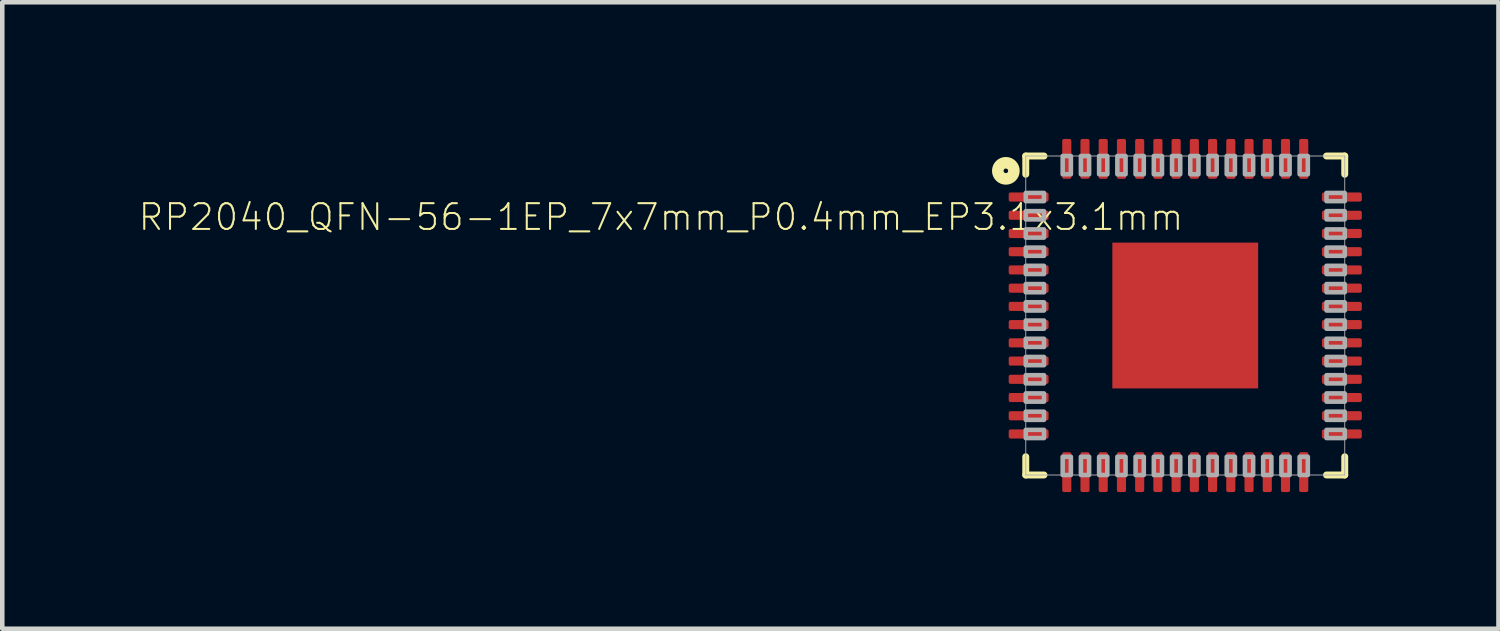
<source format=kicad_pcb>
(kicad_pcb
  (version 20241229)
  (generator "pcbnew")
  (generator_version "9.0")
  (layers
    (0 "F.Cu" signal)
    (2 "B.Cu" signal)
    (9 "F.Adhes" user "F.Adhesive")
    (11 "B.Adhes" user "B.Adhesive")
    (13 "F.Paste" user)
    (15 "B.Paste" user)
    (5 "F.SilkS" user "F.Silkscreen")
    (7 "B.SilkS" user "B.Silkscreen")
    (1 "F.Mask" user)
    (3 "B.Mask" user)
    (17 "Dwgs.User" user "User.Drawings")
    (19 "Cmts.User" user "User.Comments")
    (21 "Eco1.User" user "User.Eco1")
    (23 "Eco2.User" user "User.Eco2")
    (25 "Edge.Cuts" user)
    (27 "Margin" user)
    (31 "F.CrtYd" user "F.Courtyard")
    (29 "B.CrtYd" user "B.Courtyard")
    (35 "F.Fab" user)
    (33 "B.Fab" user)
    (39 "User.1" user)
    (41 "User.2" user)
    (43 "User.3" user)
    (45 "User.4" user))
  (footprint "RP2040_QFN-56-1EP_7x7mm_P0.4mm_EP3.1x3.1mm"
    (layer "F.Cu")
    (at 22.961 3.874)
    (property "Reference" "RP2040_QFN-56-1EP_7x7mm_P0.4mm_EP3.1x3.1mm" (at 0 -2.159 180) (layer "F.SilkS") (effects (font (size 0.565 0.565) (thickness 0.045)) (justify right)))
    (fp_line (start -3.5 -3.5) (end -3.5 -3.1) (stroke (width 0.152) (type solid)) (layer "F.SilkS"))
    (fp_line (start -3.5 3.5) (end -3.5 3.1) (stroke (width 0.152) (type solid)) (layer "F.SilkS"))
    (fp_line (start -3.1 -3.5) (end -3.5 -3.5) (stroke (width 0.152) (type solid)) (layer "F.SilkS"))
    (fp_line (start -3.1 3.5) (end -3.5 3.5) (stroke (width 0.152) (type solid)) (layer "F.SilkS"))
    (fp_line (start 3.1 3.5) (end 3.5 3.5) (stroke (width 0.152) (type solid)) (layer "F.SilkS"))
    (fp_line (start 3.5 -3.5) (end 3.1 -3.5) (stroke (width 0.152) (type solid)) (layer "F.SilkS"))
    (fp_line (start 3.5 -3.1) (end 3.5 -3.5) (stroke (width 0.152) (type solid)) (layer "F.SilkS"))
    (fp_line (start 3.5 3.1) (end 3.5 3.5) (stroke (width 0.152) (type solid)) (layer "F.SilkS"))
    (fp_circle (center -3.937 -3.175) (end -3.887 -3.175) (stroke (width 0.254) (type solid)) (fill no) (layer "F.SilkS"))
    (fp_poly (pts (xy -3.75 -2.5) (xy -3.1 -2.5) (xy -3.1 -2.7) (xy -3.75 -2.7)) (stroke (width 0) (type solid)) (fill yes) (layer "F.Paste"))
    (fp_poly (pts (xy -3.75 -2.1) (xy -3.1 -2.1) (xy -3.1 -2.3) (xy -3.75 -2.3)) (stroke (width 0) (type solid)) (fill yes) (layer "F.Paste"))
    (fp_poly (pts (xy -3.75 -1.7) (xy -3.1 -1.7) (xy -3.1 -1.9) (xy -3.75 -1.9)) (stroke (width 0) (type solid)) (fill yes) (layer "F.Paste"))
    (fp_poly (pts (xy -3.75 -1.3) (xy -3.1 -1.3) (xy -3.1 -1.5) (xy -3.75 -1.5)) (stroke (width 0) (type solid)) (fill yes) (layer "F.Paste"))
    (fp_poly (pts (xy -3.75 -0.9) (xy -3.1 -0.9) (xy -3.1 -1.1) (xy -3.75 -1.1)) (stroke (width 0) (type solid)) (fill yes) (layer "F.Paste"))
    (fp_poly (pts (xy -3.75 -0.5) (xy -3.1 -0.5) (xy -3.1 -0.7) (xy -3.75 -0.7)) (stroke (width 0) (type solid)) (fill yes) (layer "F.Paste"))
    (fp_poly (pts (xy -3.75 -0.1) (xy -3.1 -0.1) (xy -3.1 -0.3) (xy -3.75 -0.3)) (stroke (width 0) (type solid)) (fill yes) (layer "F.Paste"))
    (fp_poly (pts (xy -3.75 0.3) (xy -3.1 0.3) (xy -3.1 0.1) (xy -3.75 0.1)) (stroke (width 0) (type solid)) (fill yes) (layer "F.Paste"))
    (fp_poly (pts (xy -3.75 0.7) (xy -3.1 0.7) (xy -3.1 0.5) (xy -3.75 0.5)) (stroke (width 0) (type solid)) (fill yes) (layer "F.Paste"))
    (fp_poly (pts (xy -3.75 1.1) (xy -3.1 1.1) (xy -3.1 0.9) (xy -3.75 0.9)) (stroke (width 0) (type solid)) (fill yes) (layer "F.Paste"))
    (fp_poly (pts (xy -3.75 1.5) (xy -3.1 1.5) (xy -3.1 1.3) (xy -3.75 1.3)) (stroke (width 0) (type solid)) (fill yes) (layer "F.Paste"))
    (fp_poly (pts (xy -3.75 1.9) (xy -3.1 1.9) (xy -3.1 1.7) (xy -3.75 1.7)) (stroke (width 0) (type solid)) (fill yes) (layer "F.Paste"))
    (fp_poly (pts (xy -3.75 2.3) (xy -3.1 2.3) (xy -3.1 2.1) (xy -3.75 2.1)) (stroke (width 0) (type solid)) (fill yes) (layer "F.Paste"))
    (fp_poly (pts (xy -3.75 2.7) (xy -3.1 2.7) (xy -3.1 2.5) (xy -3.75 2.5)) (stroke (width 0) (type solid)) (fill yes) (layer "F.Paste"))
    (fp_poly (pts (xy -2.7 -3.75) (xy -2.7 -3.1) (xy -2.5 -3.1) (xy -2.5 -3.75)) (stroke (width 0) (type solid)) (fill yes) (layer "F.Paste"))
    (fp_poly (pts (xy -2.5 3.75) (xy -2.5 3.1) (xy -2.7 3.1) (xy -2.7 3.75)) (stroke (width 0) (type solid)) (fill yes) (layer "F.Paste"))
    (fp_poly (pts (xy -2.3 -3.75) (xy -2.3 -3.1) (xy -2.1 -3.1) (xy -2.1 -3.75)) (stroke (width 0) (type solid)) (fill yes) (layer "F.Paste"))
    (fp_poly (pts (xy -2.1 3.75) (xy -2.1 3.1) (xy -2.3 3.1) (xy -2.3 3.75)) (stroke (width 0) (type solid)) (fill yes) (layer "F.Paste"))
    (fp_poly (pts (xy -1.9 -3.75) (xy -1.9 -3.1) (xy -1.7 -3.1) (xy -1.7 -3.75)) (stroke (width 0) (type solid)) (fill yes) (layer "F.Paste"))
    (fp_poly (pts (xy -1.7 3.75) (xy -1.7 3.1) (xy -1.9 3.1) (xy -1.9 3.75)) (stroke (width 0) (type solid)) (fill yes) (layer "F.Paste"))
    (fp_poly (pts (xy -1.5 -3.75) (xy -1.5 -3.1) (xy -1.3 -3.1) (xy -1.3 -3.75)) (stroke (width 0) (type solid)) (fill yes) (layer "F.Paste"))
    (fp_poly (pts (xy -1.3 -0.7) (xy -0.7 -0.7) (xy -0.7 -1.3) (xy -1.3 -1.3)) (stroke (width 0) (type solid)) (fill yes) (layer "F.Paste"))
    (fp_poly (pts (xy -1.3 1.3) (xy -0.7 1.3) (xy -0.7 0.7) (xy -1.3 0.7)) (stroke (width 0) (type solid)) (fill yes) (layer "F.Paste"))
    (fp_poly (pts (xy -1.3 3.75) (xy -1.3 3.1) (xy -1.5 3.1) (xy -1.5 3.75)) (stroke (width 0) (type solid)) (fill yes) (layer "F.Paste"))
    (fp_poly (pts (xy -1.1 -3.75) (xy -1.1 -3.1) (xy -0.9 -3.1) (xy -0.9 -3.75)) (stroke (width 0) (type solid)) (fill yes) (layer "F.Paste"))
    (fp_poly (pts (xy -0.9 3.75) (xy -0.9 3.1) (xy -1.1 3.1) (xy -1.1 3.75)) (stroke (width 0) (type solid)) (fill yes) (layer "F.Paste"))
    (fp_poly (pts (xy -0.7 -3.75) (xy -0.7 -3.1) (xy -0.5 -3.1) (xy -0.5 -3.75)) (stroke (width 0) (type solid)) (fill yes) (layer "F.Paste"))
    (fp_poly (pts (xy -0.5 3.75) (xy -0.5 3.1) (xy -0.7 3.1) (xy -0.7 3.75)) (stroke (width 0) (type solid)) (fill yes) (layer "F.Paste"))
    (fp_poly (pts (xy -0.3 -3.75) (xy -0.3 -3.1) (xy -0.1 -3.1) (xy -0.1 -3.75)) (stroke (width 0) (type solid)) (fill yes) (layer "F.Paste"))
    (fp_poly (pts (xy -0.3 0.3) (xy 0.3 0.3) (xy 0.3 -0.3) (xy -0.3 -0.3)) (stroke (width 0) (type solid)) (fill yes) (layer "F.Paste"))
    (fp_poly (pts (xy -0.1 3.75) (xy -0.1 3.1) (xy -0.3 3.1) (xy -0.3 3.75)) (stroke (width 0) (type solid)) (fill yes) (layer "F.Paste"))
    (fp_poly (pts (xy 0.1 -3.75) (xy 0.1 -3.1) (xy 0.3 -3.1) (xy 0.3 -3.75)) (stroke (width 0) (type solid)) (fill yes) (layer "F.Paste"))
    (fp_poly (pts (xy 0.3 3.75) (xy 0.3 3.1) (xy 0.1 3.1) (xy 0.1 3.75)) (stroke (width 0) (type solid)) (fill yes) (layer "F.Paste"))
    (fp_poly (pts (xy 0.5 -3.75) (xy 0.5 -3.1) (xy 0.7 -3.1) (xy 0.7 -3.75)) (stroke (width 0) (type solid)) (fill yes) (layer "F.Paste"))
    (fp_poly (pts (xy 0.7 -0.7) (xy 1.3 -0.7) (xy 1.3 -1.3) (xy 0.7 -1.3)) (stroke (width 0) (type solid)) (fill yes) (layer "F.Paste"))
    (fp_poly (pts (xy 0.7 1.3) (xy 1.3 1.3) (xy 1.3 0.7) (xy 0.7 0.7)) (stroke (width 0) (type solid)) (fill yes) (layer "F.Paste"))
    (fp_poly (pts (xy 0.7 3.75) (xy 0.7 3.1) (xy 0.5 3.1) (xy 0.5 3.75)) (stroke (width 0) (type solid)) (fill yes) (layer "F.Paste"))
    (fp_poly (pts (xy 0.9 -3.75) (xy 0.9 -3.1) (xy 1.1 -3.1) (xy 1.1 -3.75)) (stroke (width 0) (type solid)) (fill yes) (layer "F.Paste"))
    (fp_poly (pts (xy 1.1 3.75) (xy 1.1 3.1) (xy 0.9 3.1) (xy 0.9 3.75)) (stroke (width 0) (type solid)) (fill yes) (layer "F.Paste"))
    (fp_poly (pts (xy 1.3 -3.75) (xy 1.3 -3.1) (xy 1.5 -3.1) (xy 1.5 -3.75)) (stroke (width 0) (type solid)) (fill yes) (layer "F.Paste"))
    (fp_poly (pts (xy 1.5 3.75) (xy 1.5 3.1) (xy 1.3 3.1) (xy 1.3 3.75)) (stroke (width 0) (type solid)) (fill yes) (layer "F.Paste"))
    (fp_poly (pts (xy 1.7 -3.75) (xy 1.7 -3.1) (xy 1.9 -3.1) (xy 1.9 -3.75)) (stroke (width 0) (type solid)) (fill yes) (layer "F.Paste"))
    (fp_poly (pts (xy 1.9 3.75) (xy 1.9 3.1) (xy 1.7 3.1) (xy 1.7 3.75)) (stroke (width 0) (type solid)) (fill yes) (layer "F.Paste"))
    (fp_poly (pts (xy 2.1 -3.75) (xy 2.1 -3.1) (xy 2.3 -3.1) (xy 2.3 -3.75)) (stroke (width 0) (type solid)) (fill yes) (layer "F.Paste"))
    (fp_poly (pts (xy 2.3 3.75) (xy 2.3 3.1) (xy 2.1 3.1) (xy 2.1 3.75)) (stroke (width 0) (type solid)) (fill yes) (layer "F.Paste"))
    (fp_poly (pts (xy 2.5 -3.75) (xy 2.5 -3.1) (xy 2.7 -3.1) (xy 2.7 -3.75)) (stroke (width 0) (type solid)) (fill yes) (layer "F.Paste"))
    (fp_poly (pts (xy 2.7 3.75) (xy 2.7 3.1) (xy 2.5 3.1) (xy 2.5 3.75)) (stroke (width 0) (type solid)) (fill yes) (layer "F.Paste"))
    (fp_poly (pts (xy 3.75 -2.7) (xy 3.1 -2.7) (xy 3.1 -2.5) (xy 3.75 -2.5)) (stroke (width 0) (type solid)) (fill yes) (layer "F.Paste"))
    (fp_poly (pts (xy 3.75 -2.3) (xy 3.1 -2.3) (xy 3.1 -2.1) (xy 3.75 -2.1)) (stroke (width 0) (type solid)) (fill yes) (layer "F.Paste"))
    (fp_poly (pts (xy 3.75 -1.9) (xy 3.1 -1.9) (xy 3.1 -1.7) (xy 3.75 -1.7)) (stroke (width 0) (type solid)) (fill yes) (layer "F.Paste"))
    (fp_poly (pts (xy 3.75 -1.5) (xy 3.1 -1.5) (xy 3.1 -1.3) (xy 3.75 -1.3)) (stroke (width 0) (type solid)) (fill yes) (layer "F.Paste"))
    (fp_poly (pts (xy 3.75 -1.1) (xy 3.1 -1.1) (xy 3.1 -0.9) (xy 3.75 -0.9)) (stroke (width 0) (type solid)) (fill yes) (layer "F.Paste"))
    (fp_poly (pts (xy 3.75 -0.7) (xy 3.1 -0.7) (xy 3.1 -0.5) (xy 3.75 -0.5)) (stroke (width 0) (type solid)) (fill yes) (layer "F.Paste"))
    (fp_poly (pts (xy 3.75 -0.3) (xy 3.1 -0.3) (xy 3.1 -0.1) (xy 3.75 -0.1)) (stroke (width 0) (type solid)) (fill yes) (layer "F.Paste"))
    (fp_poly (pts (xy 3.75 0.1) (xy 3.1 0.1) (xy 3.1 0.3) (xy 3.75 0.3)) (stroke (width 0) (type solid)) (fill yes) (layer "F.Paste"))
    (fp_poly (pts (xy 3.75 0.5) (xy 3.1 0.5) (xy 3.1 0.7) (xy 3.75 0.7)) (stroke (width 0) (type solid)) (fill yes) (layer "F.Paste"))
    (fp_poly (pts (xy 3.75 0.9) (xy 3.1 0.9) (xy 3.1 1.1) (xy 3.75 1.1)) (stroke (width 0) (type solid)) (fill yes) (layer "F.Paste"))
    (fp_poly (pts (xy 3.75 1.3) (xy 3.1 1.3) (xy 3.1 1.5) (xy 3.75 1.5)) (stroke (width 0) (type solid)) (fill yes) (layer "F.Paste"))
    (fp_poly (pts (xy 3.75 1.7) (xy 3.1 1.7) (xy 3.1 1.9) (xy 3.75 1.9)) (stroke (width 0) (type solid)) (fill yes) (layer "F.Paste"))
    (fp_poly (pts (xy 3.75 2.1) (xy 3.1 2.1) (xy 3.1 2.3) (xy 3.75 2.3)) (stroke (width 0) (type solid)) (fill yes) (layer "F.Paste"))
    (fp_poly (pts (xy 3.75 2.5) (xy 3.1 2.5) (xy 3.1 2.7) (xy 3.75 2.7)) (stroke (width 0) (type solid)) (fill yes) (layer "F.Paste"))
    (fp_line (start -3.5 -3.5) (end -3.5 3.5) (stroke (width 0.02) (type solid)) (layer "F.Fab"))
    (fp_line (start -3.5 3.5) (end 3.5 3.5) (stroke (width 0.02) (type solid)) (layer "F.Fab"))
    (fp_line (start 3.5 -3.5) (end -3.5 -3.5) (stroke (width 0.02) (type solid)) (layer "F.Fab"))
    (fp_line (start 3.5 3.5) (end 3.5 -3.5) (stroke (width 0.02) (type solid)) (layer "F.Fab"))
    (fp_poly (pts (xy -3.5 -2.51) (xy -3.1 -2.51) (xy -3.1 -2.69) (xy -3.5 -2.69)) (stroke (width 0.1) (type solid)) (fill no) (layer "F.Fab"))
    (fp_poly (pts (xy -3.5 -2.11) (xy -3.1 -2.11) (xy -3.1 -2.29) (xy -3.5 -2.29)) (stroke (width 0.1) (type solid)) (fill no) (layer "F.Fab"))
    (fp_poly (pts (xy -3.5 -1.71) (xy -3.1 -1.71) (xy -3.1 -1.89) (xy -3.5 -1.89)) (stroke (width 0.1) (type solid)) (fill no) (layer "F.Fab"))
    (fp_poly (pts (xy -3.5 -1.31) (xy -3.1 -1.31) (xy -3.1 -1.49) (xy -3.5 -1.49)) (stroke (width 0.1) (type solid)) (fill no) (layer "F.Fab"))
    (fp_poly (pts (xy -3.5 -0.91) (xy -3.1 -0.91) (xy -3.1 -1.09) (xy -3.5 -1.09)) (stroke (width 0.1) (type solid)) (fill no) (layer "F.Fab"))
    (fp_poly (pts (xy -3.5 -0.51) (xy -3.1 -0.51) (xy -3.1 -0.69) (xy -3.5 -0.69)) (stroke (width 0.1) (type solid)) (fill no) (layer "F.Fab"))
    (fp_poly (pts (xy -3.5 -0.11) (xy -3.1 -0.11) (xy -3.1 -0.29) (xy -3.5 -0.29)) (stroke (width 0.1) (type solid)) (fill no) (layer "F.Fab"))
    (fp_poly (pts (xy -3.5 0.29) (xy -3.1 0.29) (xy -3.1 0.11) (xy -3.5 0.11)) (stroke (width 0.1) (type solid)) (fill no) (layer "F.Fab"))
    (fp_poly (pts (xy -3.5 0.69) (xy -3.1 0.69) (xy -3.1 0.51) (xy -3.5 0.51)) (stroke (width 0.1) (type solid)) (fill no) (layer "F.Fab"))
    (fp_poly (pts (xy -3.5 1.09) (xy -3.1 1.09) (xy -3.1 0.91) (xy -3.5 0.91)) (stroke (width 0.1) (type solid)) (fill no) (layer "F.Fab"))
    (fp_poly (pts (xy -3.5 1.49) (xy -3.1 1.49) (xy -3.1 1.31) (xy -3.5 1.31)) (stroke (width 0.1) (type solid)) (fill no) (layer "F.Fab"))
    (fp_poly (pts (xy -3.5 1.89) (xy -3.1 1.89) (xy -3.1 1.71) (xy -3.5 1.71)) (stroke (width 0.1) (type solid)) (fill no) (layer "F.Fab"))
    (fp_poly (pts (xy -3.5 2.29) (xy -3.1 2.29) (xy -3.1 2.11) (xy -3.5 2.11)) (stroke (width 0.1) (type solid)) (fill no) (layer "F.Fab"))
    (fp_poly (pts (xy -3.5 2.69) (xy -3.1 2.69) (xy -3.1 2.51) (xy -3.5 2.51)) (stroke (width 0.1) (type solid)) (fill no) (layer "F.Fab"))
    (fp_poly (pts (xy -2.69 -3.5) (xy -2.69 -3.1) (xy -2.51 -3.1) (xy -2.51 -3.5)) (stroke (width 0.1) (type solid)) (fill no) (layer "F.Fab"))
    (fp_poly (pts (xy -2.51 3.5) (xy -2.51 3.1) (xy -2.69 3.1) (xy -2.69 3.5)) (stroke (width 0.1) (type solid)) (fill no) (layer "F.Fab"))
    (fp_poly (pts (xy -2.29 -3.5) (xy -2.29 -3.1) (xy -2.11 -3.1) (xy -2.11 -3.5)) (stroke (width 0.1) (type solid)) (fill no) (layer "F.Fab"))
    (fp_poly (pts (xy -2.11 3.5) (xy -2.11 3.1) (xy -2.29 3.1) (xy -2.29 3.5)) (stroke (width 0.1) (type solid)) (fill no) (layer "F.Fab"))
    (fp_poly (pts (xy -1.89 -3.5) (xy -1.89 -3.1) (xy -1.71 -3.1) (xy -1.71 -3.5)) (stroke (width 0.1) (type solid)) (fill no) (layer "F.Fab"))
    (fp_poly (pts (xy -1.71 3.5) (xy -1.71 3.1) (xy -1.89 3.1) (xy -1.89 3.5)) (stroke (width 0.1) (type solid)) (fill no) (layer "F.Fab"))
    (fp_poly (pts (xy -1.49 -3.5) (xy -1.49 -3.1) (xy -1.31 -3.1) (xy -1.31 -3.5)) (stroke (width 0.1) (type solid)) (fill no) (layer "F.Fab"))
    (fp_poly (pts (xy -1.31 3.5) (xy -1.31 3.1) (xy -1.49 3.1) (xy -1.49 3.5)) (stroke (width 0.1) (type solid)) (fill no) (layer "F.Fab"))
    (fp_poly (pts (xy -1.09 -3.5) (xy -1.09 -3.1) (xy -0.91 -3.1) (xy -0.91 -3.5)) (stroke (width 0.1) (type solid)) (fill no) (layer "F.Fab"))
    (fp_poly (pts (xy -0.91 3.5) (xy -0.91 3.1) (xy -1.09 3.1) (xy -1.09 3.5)) (stroke (width 0.1) (type solid)) (fill no) (layer "F.Fab"))
    (fp_poly (pts (xy -0.69 -3.5) (xy -0.69 -3.1) (xy -0.51 -3.1) (xy -0.51 -3.5)) (stroke (width 0.1) (type solid)) (fill no) (layer "F.Fab"))
    (fp_poly (pts (xy -0.51 3.5) (xy -0.51 3.1) (xy -0.69 3.1) (xy -0.69 3.5)) (stroke (width 0.1) (type solid)) (fill no) (layer "F.Fab"))
    (fp_poly (pts (xy -0.29 -3.5) (xy -0.29 -3.1) (xy -0.11 -3.1) (xy -0.11 -3.5)) (stroke (width 0.1) (type solid)) (fill no) (layer "F.Fab"))
    (fp_poly (pts (xy -0.11 3.5) (xy -0.11 3.1) (xy -0.29 3.1) (xy -0.29 3.5)) (stroke (width 0.1) (type solid)) (fill no) (layer "F.Fab"))
    (fp_poly (pts (xy 0.11 -3.5) (xy 0.11 -3.1) (xy 0.29 -3.1) (xy 0.29 -3.5)) (stroke (width 0.1) (type solid)) (fill no) (layer "F.Fab"))
    (fp_poly (pts (xy 0.29 3.5) (xy 0.29 3.1) (xy 0.11 3.1) (xy 0.11 3.5)) (stroke (width 0.1) (type solid)) (fill no) (layer "F.Fab"))
    (fp_poly (pts (xy 0.51 -3.5) (xy 0.51 -3.1) (xy 0.69 -3.1) (xy 0.69 -3.5)) (stroke (width 0.1) (type solid)) (fill no) (layer "F.Fab"))
    (fp_poly (pts (xy 0.69 3.5) (xy 0.69 3.1) (xy 0.51 3.1) (xy 0.51 3.5)) (stroke (width 0.1) (type solid)) (fill no) (layer "F.Fab"))
    (fp_poly (pts (xy 0.91 -3.5) (xy 0.91 -3.1) (xy 1.09 -3.1) (xy 1.09 -3.5)) (stroke (width 0.1) (type solid)) (fill no) (layer "F.Fab"))
    (fp_poly (pts (xy 1.09 3.5) (xy 1.09 3.1) (xy 0.91 3.1) (xy 0.91 3.5)) (stroke (width 0.1) (type solid)) (fill no) (layer "F.Fab"))
    (fp_poly (pts (xy 1.31 -3.5) (xy 1.31 -3.1) (xy 1.49 -3.1) (xy 1.49 -3.5)) (stroke (width 0.1) (type solid)) (fill no) (layer "F.Fab"))
    (fp_poly (pts (xy 1.49 3.5) (xy 1.49 3.1) (xy 1.31 3.1) (xy 1.31 3.5)) (stroke (width 0.1) (type solid)) (fill no) (layer "F.Fab"))
    (fp_poly (pts (xy 1.71 -3.5) (xy 1.71 -3.1) (xy 1.89 -3.1) (xy 1.89 -3.5)) (stroke (width 0.1) (type solid)) (fill no) (layer "F.Fab"))
    (fp_poly (pts (xy 1.89 3.5) (xy 1.89 3.1) (xy 1.71 3.1) (xy 1.71 3.5)) (stroke (width 0.1) (type solid)) (fill no) (layer "F.Fab"))
    (fp_poly (pts (xy 2.11 -3.5) (xy 2.11 -3.1) (xy 2.29 -3.1) (xy 2.29 -3.5)) (stroke (width 0.1) (type solid)) (fill no) (layer "F.Fab"))
    (fp_poly (pts (xy 2.29 3.5) (xy 2.29 3.1) (xy 2.11 3.1) (xy 2.11 3.5)) (stroke (width 0.1) (type solid)) (fill no) (layer "F.Fab"))
    (fp_poly (pts (xy 2.51 -3.5) (xy 2.51 -3.1) (xy 2.69 -3.1) (xy 2.69 -3.5)) (stroke (width 0.1) (type solid)) (fill no) (layer "F.Fab"))
    (fp_poly (pts (xy 2.69 3.5) (xy 2.69 3.1) (xy 2.51 3.1) (xy 2.51 3.5)) (stroke (width 0.1) (type solid)) (fill no) (layer "F.Fab"))
    (fp_poly (pts (xy 3.5 -2.69) (xy 3.1 -2.69) (xy 3.1 -2.51) (xy 3.5 -2.51)) (stroke (width 0.1) (type solid)) (fill no) (layer "F.Fab"))
    (fp_poly (pts (xy 3.5 -2.29) (xy 3.1 -2.29) (xy 3.1 -2.11) (xy 3.5 -2.11)) (stroke (width 0.1) (type solid)) (fill no) (layer "F.Fab"))
    (fp_poly (pts (xy 3.5 -1.89) (xy 3.1 -1.89) (xy 3.1 -1.71) (xy 3.5 -1.71)) (stroke (width 0.1) (type solid)) (fill no) (layer "F.Fab"))
    (fp_poly (pts (xy 3.5 -1.49) (xy 3.1 -1.49) (xy 3.1 -1.31) (xy 3.5 -1.31)) (stroke (width 0.1) (type solid)) (fill no) (layer "F.Fab"))
    (fp_poly (pts (xy 3.5 -1.09) (xy 3.1 -1.09) (xy 3.1 -0.91) (xy 3.5 -0.91)) (stroke (width 0.1) (type solid)) (fill no) (layer "F.Fab"))
    (fp_poly (pts (xy 3.5 -0.69) (xy 3.1 -0.69) (xy 3.1 -0.51) (xy 3.5 -0.51)) (stroke (width 0.1) (type solid)) (fill no) (layer "F.Fab"))
    (fp_poly (pts (xy 3.5 -0.29) (xy 3.1 -0.29) (xy 3.1 -0.11) (xy 3.5 -0.11)) (stroke (width 0.1) (type solid)) (fill no) (layer "F.Fab"))
    (fp_poly (pts (xy 3.5 0.11) (xy 3.1 0.11) (xy 3.1 0.29) (xy 3.5 0.29)) (stroke (width 0.1) (type solid)) (fill no) (layer "F.Fab"))
    (fp_poly (pts (xy 3.5 0.51) (xy 3.1 0.51) (xy 3.1 0.69) (xy 3.5 0.69)) (stroke (width 0.1) (type solid)) (fill no) (layer "F.Fab"))
    (fp_poly (pts (xy 3.5 0.91) (xy 3.1 0.91) (xy 3.1 1.09) (xy 3.5 1.09)) (stroke (width 0.1) (type solid)) (fill no) (layer "F.Fab"))
    (fp_poly (pts (xy 3.5 1.31) (xy 3.1 1.31) (xy 3.1 1.49) (xy 3.5 1.49)) (stroke (width 0.1) (type solid)) (fill no) (layer "F.Fab"))
    (fp_poly (pts (xy 3.5 1.71) (xy 3.1 1.71) (xy 3.1 1.89) (xy 3.5 1.89)) (stroke (width 0.1) (type solid)) (fill no) (layer "F.Fab"))
    (fp_poly (pts (xy 3.5 2.11) (xy 3.1 2.11) (xy 3.1 2.29) (xy 3.5 2.29)) (stroke (width 0.1) (type solid)) (fill no) (layer "F.Fab"))
    (fp_poly (pts (xy 3.5 2.51) (xy 3.1 2.51) (xy 3.1 2.69) (xy 3.5 2.69)) (stroke (width 0.1) (type solid)) (fill no) (layer "F.Fab"))
    (pad "1" smd roundrect (at -3.437 -2.6 180) (size 0.875 0.2) (layers "F.Cu" "F.Mask") (roundrect_rratio 0.2))
    (pad "2" smd roundrect (at -3.437 -2.2 180) (size 0.875 0.2) (layers "F.Cu" "F.Mask") (roundrect_rratio 0.2))
    (pad "3" smd roundrect (at -3.437 -1.8 180) (size 0.875 0.2) (layers "F.Cu" "F.Mask") (roundrect_rratio 0.2))
    (pad "4" smd roundrect (at -3.437 -1.4 180) (size 0.875 0.2) (layers "F.Cu" "F.Mask") (roundrect_rratio 0.2))
    (pad "5" smd roundrect (at -3.437 -1 180) (size 0.875 0.2) (layers "F.Cu" "F.Mask") (roundrect_rratio 0.2))
    (pad "6" smd roundrect (at -3.437 -0.6 180) (size 0.875 0.2) (layers "F.Cu" "F.Mask") (roundrect_rratio 0.2))
    (pad "7" smd roundrect (at -3.437 -0.2) (size 0.875 0.2) (layers "F.Cu" "F.Mask") (roundrect_rratio 0.2))
    (pad "8" smd roundrect (at -3.437 0.2 180) (size 0.875 0.2) (layers "F.Cu" "F.Mask") (roundrect_rratio 0.2))
    (pad "9" smd roundrect (at -3.437 0.6 180) (size 0.875 0.2) (layers "F.Cu" "F.Mask") (roundrect_rratio 0.2))
    (pad "10" smd roundrect (at -3.437 1 180) (size 0.875 0.2) (layers "F.Cu" "F.Mask") (roundrect_rratio 0.2))
    (pad "11" smd roundrect (at -3.437 1.4 180) (size 0.875 0.2) (layers "F.Cu" "F.Mask") (roundrect_rratio 0.2))
    (pad "12" smd roundrect (at -3.437 1.8 180) (size 0.875 0.2) (layers "F.Cu" "F.Mask") (roundrect_rratio 0.2))
    (pad "13" smd roundrect (at -3.437 2.2 180) (size 0.875 0.2) (layers "F.Cu" "F.Mask") (roundrect_rratio 0.2))
    (pad "14" smd roundrect (at -3.437 2.6) (size 0.875 0.2) (layers "F.Cu" "F.Mask") (roundrect_rratio 0.2))
    (pad "15" smd roundrect (at -2.6 3.437 270) (size 0.875 0.2) (layers "F.Cu" "F.Mask") (roundrect_rratio 0.2))
    (pad "16" smd roundrect (at -2.2 3.437 270) (size 0.875 0.2) (layers "F.Cu" "F.Mask") (roundrect_rratio 0.2))
    (pad "17" smd roundrect (at -1.8 3.437 270) (size 0.875 0.2) (layers "F.Cu" "F.Mask") (roundrect_rratio 0.2))
    (pad "18" smd roundrect (at -1.4 3.437 270) (size 0.875 0.2) (layers "F.Cu" "F.Mask") (roundrect_rratio 0.2))
    (pad "19" smd roundrect (at -1 3.437 270) (size 0.875 0.2) (layers "F.Cu" "F.Mask") (roundrect_rratio 0.2))
    (pad "20" smd roundrect (at -0.6 3.437 270) (size 0.875 0.2) (layers "F.Cu" "F.Mask") (roundrect_rratio 0.2))
    (pad "21" smd roundrect (at -0.2 3.437 90) (size 0.875 0.2) (layers "F.Cu" "F.Mask") (roundrect_rratio 0.2))
    (pad "22" smd roundrect (at 0.2 3.437 270) (size 0.875 0.2) (layers "F.Cu" "F.Mask") (roundrect_rratio 0.2))
    (pad "23" smd roundrect (at 0.6 3.437 270) (size 0.875 0.2) (layers "F.Cu" "F.Mask") (roundrect_rratio 0.2))
    (pad "24" smd roundrect (at 1 3.437 270) (size 0.875 0.2) (layers "F.Cu" "F.Mask") (roundrect_rratio 0.2))
    (pad "25" smd roundrect (at 1.4 3.437 270) (size 0.875 0.2) (layers "F.Cu" "F.Mask") (roundrect_rratio 0.2))
    (pad "26" smd roundrect (at 1.8 3.437 270) (size 0.875 0.2) (layers "F.Cu" "F.Mask") (roundrect_rratio 0.2))
    (pad "27" smd roundrect (at 2.2 3.437 270) (size 0.875 0.2) (layers "F.Cu" "F.Mask") (roundrect_rratio 0.2))
    (pad "28" smd roundrect (at 2.6 3.437 90) (size 0.875 0.2) (layers "F.Cu" "F.Mask") (roundrect_rratio 0.2))
    (pad "29" smd roundrect (at 3.437 2.6) (size 0.875 0.2) (layers "F.Cu" "F.Mask") (roundrect_rratio 0.2))
    (pad "30" smd roundrect (at 3.437 2.2) (size 0.875 0.2) (layers "F.Cu" "F.Mask") (roundrect_rratio 0.2))
    (pad "31" smd roundrect (at 3.437 1.8) (size 0.875 0.2) (layers "F.Cu" "F.Mask") (roundrect_rratio 0.2))
    (pad "32" smd roundrect (at 3.437 1.4) (size 0.875 0.2) (layers "F.Cu" "F.Mask") (roundrect_rratio 0.2))
    (pad "33" smd roundrect (at 3.437 1) (size 0.875 0.2) (layers "F.Cu" "F.Mask") (roundrect_rratio 0.2))
    (pad "34" smd roundrect (at 3.437 0.6) (size 0.875 0.2) (layers "F.Cu" "F.Mask") (roundrect_rratio 0.2))
    (pad "35" smd roundrect (at 3.437 0.2 180) (size 0.875 0.2) (layers "F.Cu" "F.Mask") (roundrect_rratio 0.2))
    (pad "36" smd roundrect (at 3.437 -0.2) (size 0.875 0.2) (layers "F.Cu" "F.Mask") (roundrect_rratio 0.2))
    (pad "37" smd roundrect (at 3.437 -0.6) (size 0.875 0.2) (layers "F.Cu" "F.Mask") (roundrect_rratio 0.2))
    (pad "38" smd roundrect (at 3.437 -1) (size 0.875 0.2) (layers "F.Cu" "F.Mask") (roundrect_rratio 0.2))
    (pad "39" smd roundrect (at 3.437 -1.4) (size 0.875 0.2) (layers "F.Cu" "F.Mask") (roundrect_rratio 0.2))
    (pad "40" smd roundrect (at 3.437 -1.8) (size 0.875 0.2) (layers "F.Cu" "F.Mask") (roundrect_rratio 0.2))
    (pad "41" smd roundrect (at 3.437 -2.2) (size 0.875 0.2) (layers "F.Cu" "F.Mask") (roundrect_rratio 0.2))
    (pad "42" smd roundrect (at 3.437 -2.6 180) (size 0.875 0.2) (layers "F.Cu" "F.Mask") (roundrect_rratio 0.2))
    (pad "43" smd roundrect (at 2.6 -3.437 90) (size 0.875 0.2) (layers "F.Cu" "F.Mask") (roundrect_rratio 0.2))
    (pad "44" smd roundrect (at 2.2 -3.437 90) (size 0.875 0.2) (layers "F.Cu" "F.Mask") (roundrect_rratio 0.2))
    (pad "45" smd roundrect (at 1.8 -3.437 90) (size 0.875 0.2) (layers "F.Cu" "F.Mask") (roundrect_rratio 0.2))
    (pad "46" smd roundrect (at 1.4 -3.437 90) (size 0.875 0.2) (layers "F.Cu" "F.Mask") (roundrect_rratio 0.2))
    (pad "47" smd roundrect (at 1 -3.437 90) (size 0.875 0.2) (layers "F.Cu" "F.Mask") (roundrect_rratio 0.2))
    (pad "48" smd roundrect (at 0.6 -3.437 90) (size 0.875 0.2) (layers "F.Cu" "F.Mask") (roundrect_rratio 0.2))
    (pad "49" smd roundrect (at 0.2 -3.437 270) (size 0.875 0.2) (layers "F.Cu" "F.Mask") (roundrect_rratio 0.2))
    (pad "50" smd roundrect (at -0.2 -3.437 90) (size 0.875 0.2) (layers "F.Cu" "F.Mask") (roundrect_rratio 0.2))
    (pad "51" smd roundrect (at -0.6 -3.437 90) (size 0.875 0.2) (layers "F.Cu" "F.Mask") (roundrect_rratio 0.2))
    (pad "52" smd roundrect (at -1 -3.437 90) (size 0.875 0.2) (layers "F.Cu" "F.Mask") (roundrect_rratio 0.2))
    (pad "53" smd roundrect (at -1.4 -3.437 90) (size 0.875 0.2) (layers "F.Cu" "F.Mask") (roundrect_rratio 0.2))
    (pad "54" smd roundrect (at -1.8 -3.437 90) (size 0.875 0.2) (layers "F.Cu" "F.Mask") (roundrect_rratio 0.2))
    (pad "55" smd roundrect (at -2.2 -3.437 90) (size 0.875 0.2) (layers "F.Cu" "F.Mask") (roundrect_rratio 0.2))
    (pad "56" smd roundrect (at -2.6 -3.437 270) (size 0.875 0.2) (layers "F.Cu" "F.Mask") (roundrect_rratio 0.2))
    (pad "57" smd rect (at 0 0) (size 3.2 3.2) (layers "F.Cu" "F.Mask")))
  (gr_rect
    (start -3 -3)
    (end 29.835 10.748)
    (stroke (width 0.1) (type default))
    (fill no)
    (layer "Edge.Cuts")))
</source>
